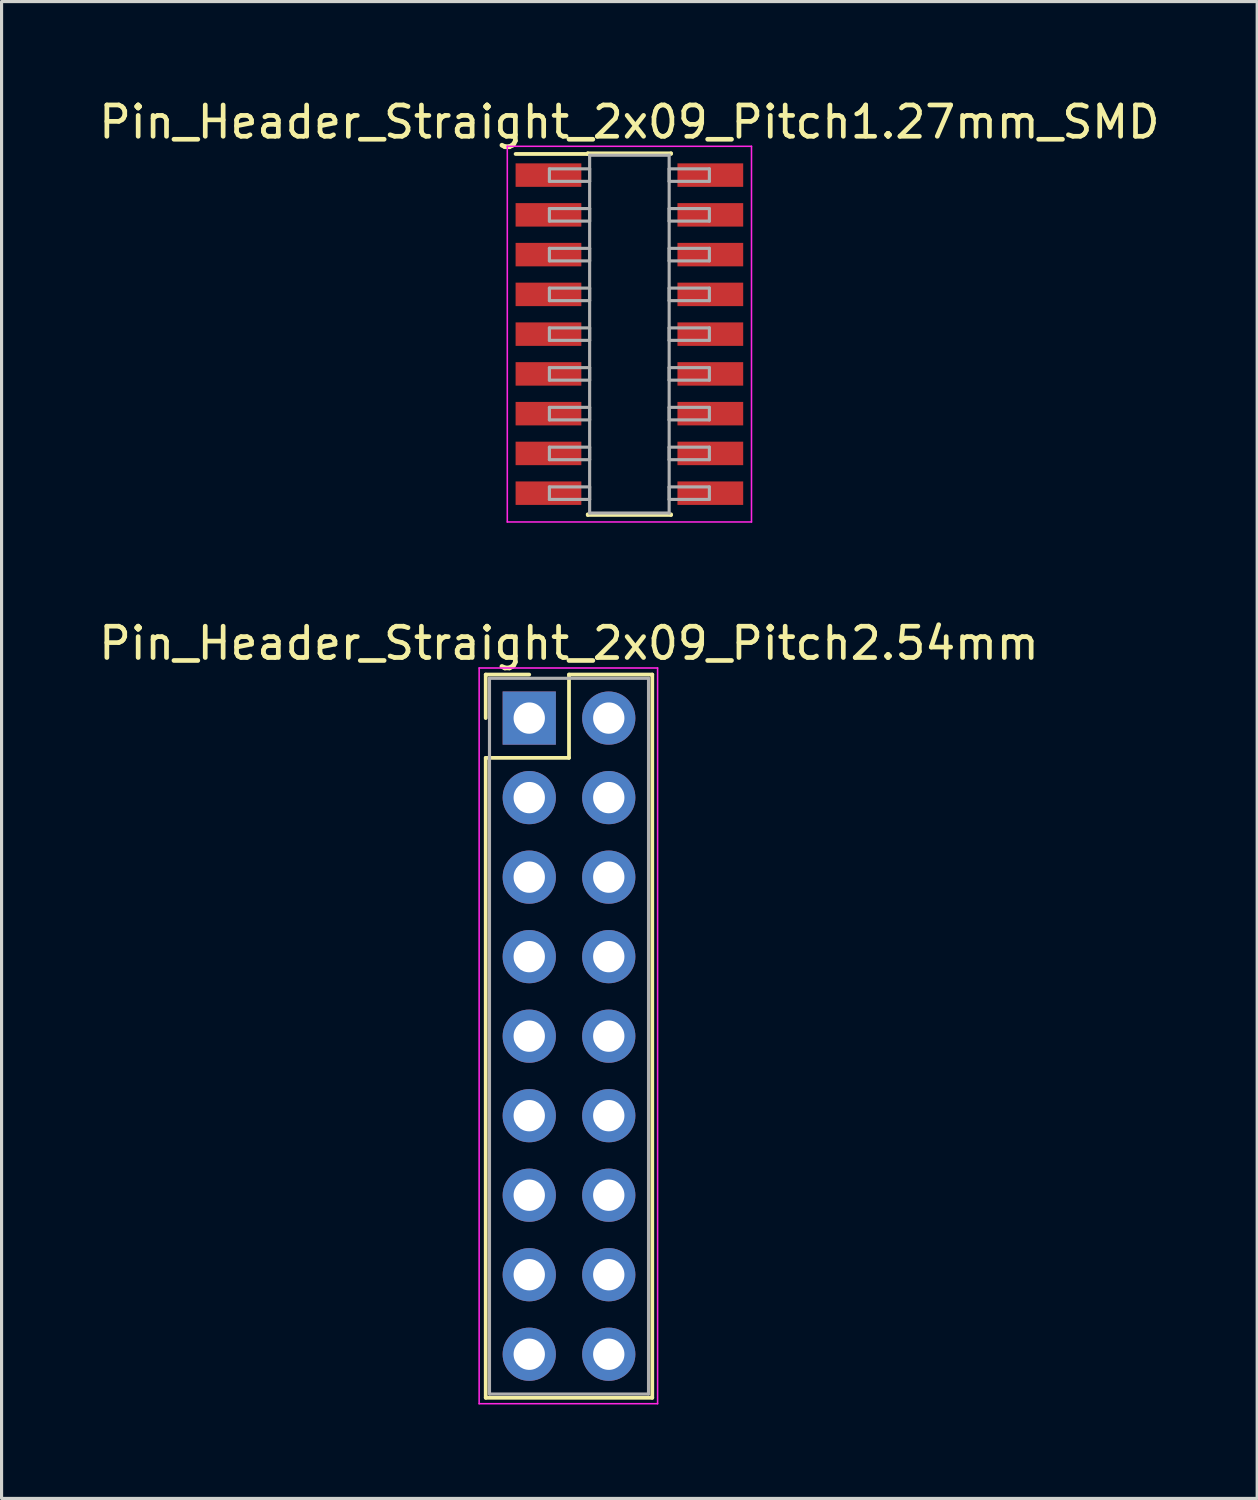
<source format=kicad_pcb>
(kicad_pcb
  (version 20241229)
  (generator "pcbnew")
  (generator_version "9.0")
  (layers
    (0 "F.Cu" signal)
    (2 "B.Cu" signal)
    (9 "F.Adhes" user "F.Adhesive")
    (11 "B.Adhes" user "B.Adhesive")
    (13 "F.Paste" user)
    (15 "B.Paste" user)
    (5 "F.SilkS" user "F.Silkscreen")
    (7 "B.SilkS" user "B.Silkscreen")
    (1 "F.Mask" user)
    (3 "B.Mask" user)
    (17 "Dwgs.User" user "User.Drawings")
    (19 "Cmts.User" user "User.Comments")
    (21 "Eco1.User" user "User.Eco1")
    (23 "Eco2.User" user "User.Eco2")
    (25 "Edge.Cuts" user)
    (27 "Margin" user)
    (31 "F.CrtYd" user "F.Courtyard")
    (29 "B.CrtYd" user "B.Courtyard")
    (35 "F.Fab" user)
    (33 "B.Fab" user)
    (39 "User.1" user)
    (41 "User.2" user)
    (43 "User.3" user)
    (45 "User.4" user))
  (footprint "Pin_Header_Straight_2x09_Pitch2.54mm"
    (layer "F.Cu")
    (at 13.855 19.887)
    (property "Reference" "Pin_Header_Straight_2x09_Pitch2.54mm" (at 1.27 -2.39 0) (layer "F.SilkS") (effects (font (size 1 1) (thickness 0.15))))
    (attr through_hole)
    (fp_line (start -1.39 -1.39) (end 0 -1.39) (stroke (width 0.12) (type solid)) (layer "F.SilkS"))
    (fp_line (start -1.39 0) (end -1.39 -1.39) (stroke (width 0.12) (type solid)) (layer "F.SilkS"))
    (fp_line (start -1.39 1.27) (end -1.39 21.71) (stroke (width 0.12) (type solid)) (layer "F.SilkS"))
    (fp_line (start -1.39 21.71) (end 3.93 21.71) (stroke (width 0.12) (type solid)) (layer "F.SilkS"))
    (fp_line (start 1.27 -1.39) (end 1.27 1.27) (stroke (width 0.12) (type solid)) (layer "F.SilkS"))
    (fp_line (start 1.27 1.27) (end -1.39 1.27) (stroke (width 0.12) (type solid)) (layer "F.SilkS"))
    (fp_line (start 3.93 -1.39) (end 1.27 -1.39) (stroke (width 0.12) (type solid)) (layer "F.SilkS"))
    (fp_line (start 3.93 21.71) (end 3.93 -1.39) (stroke (width 0.12) (type solid)) (layer "F.SilkS"))
    (fp_line (start -1.6 -1.6) (end -1.6 21.9) (stroke (width 0.05) (type solid)) (layer "F.CrtYd"))
    (fp_line (start -1.6 21.9) (end 4.1 21.9) (stroke (width 0.05) (type solid)) (layer "F.CrtYd"))
    (fp_line (start 4.1 -1.6) (end -1.6 -1.6) (stroke (width 0.05) (type solid)) (layer "F.CrtYd"))
    (fp_line (start 4.1 21.9) (end 4.1 -1.6) (stroke (width 0.05) (type solid)) (layer "F.CrtYd"))
    (fp_line (start -1.27 -1.27) (end -1.27 21.59) (stroke (width 0.1) (type solid)) (layer "F.Fab"))
    (fp_line (start -1.27 21.59) (end 3.81 21.59) (stroke (width 0.1) (type solid)) (layer "F.Fab"))
    (fp_line (start 3.81 -1.27) (end -1.27 -1.27) (stroke (width 0.1) (type solid)) (layer "F.Fab"))
    (fp_line (start 3.81 21.59) (end 3.81 -1.27) (stroke (width 0.1) (type solid)) (layer "F.Fab"))
    (pad "1" thru_hole rect (at 0 0) (size 1.7 1.7) (drill 1) (layers "*.Cu" "*.Mask"))
    (pad "2" thru_hole oval (at 2.54 0) (size 1.7 1.7) (drill 1) (layers "*.Cu" "*.Mask"))
    (pad "3" thru_hole oval (at 0 2.54) (size 1.7 1.7) (drill 1) (layers "*.Cu" "*.Mask"))
    (pad "4" thru_hole oval (at 2.54 2.54) (size 1.7 1.7) (drill 1) (layers "*.Cu" "*.Mask"))
    (pad "5" thru_hole oval (at 0 5.08) (size 1.7 1.7) (drill 1) (layers "*.Cu" "*.Mask"))
    (pad "6" thru_hole oval (at 2.54 5.08) (size 1.7 1.7) (drill 1) (layers "*.Cu" "*.Mask"))
    (pad "7" thru_hole oval (at 0 7.62) (size 1.7 1.7) (drill 1) (layers "*.Cu" "*.Mask"))
    (pad "8" thru_hole oval (at 2.54 7.62) (size 1.7 1.7) (drill 1) (layers "*.Cu" "*.Mask"))
    (pad "9" thru_hole oval (at 0 10.16) (size 1.7 1.7) (drill 1) (layers "*.Cu" "*.Mask"))
    (pad "10" thru_hole oval (at 2.54 10.16) (size 1.7 1.7) (drill 1) (layers "*.Cu" "*.Mask"))
    (pad "11" thru_hole oval (at 0 12.7) (size 1.7 1.7) (drill 1) (layers "*.Cu" "*.Mask"))
    (pad "12" thru_hole oval (at 2.54 12.7) (size 1.7 1.7) (drill 1) (layers "*.Cu" "*.Mask"))
    (pad "13" thru_hole oval (at 0 15.24) (size 1.7 1.7) (drill 1) (layers "*.Cu" "*.Mask"))
    (pad "14" thru_hole oval (at 2.54 15.24) (size 1.7 1.7) (drill 1) (layers "*.Cu" "*.Mask"))
    (pad "15" thru_hole oval (at 0 17.78) (size 1.7 1.7) (drill 1) (layers "*.Cu" "*.Mask"))
    (pad "16" thru_hole oval (at 2.54 17.78) (size 1.7 1.7) (drill 1) (layers "*.Cu" "*.Mask"))
    (pad "17" thru_hole oval (at 0 20.32) (size 1.7 1.7) (drill 1) (layers "*.Cu" "*.Mask"))
    (pad "18" thru_hole oval (at 2.54 20.32) (size 1.7 1.7) (drill 1) (layers "*.Cu" "*.Mask")))
  (footprint "Pin_Header_Straight_2x09_Pitch1.27mm_SMD"
    (layer "F.Cu")
    (at 17.054 7.623)
    (property "Reference" "Pin_Header_Straight_2x09_Pitch1.27mm_SMD" (at 0 -6.775 0) (layer "F.SilkS") (effects (font (size 1 1) (thickness 0.15))))
    (attr smd)
    (fp_line (start -3.635 -5.755) (end -1.33 -5.755) (stroke (width 0.12) (type solid)) (layer "F.SilkS"))
    (fp_line (start -1.33 -5.775) (end 1.33 -5.775) (stroke (width 0.12) (type solid)) (layer "F.SilkS"))
    (fp_line (start -1.33 -5.755) (end -1.33 -5.775) (stroke (width 0.12) (type solid)) (layer "F.SilkS"))
    (fp_line (start -1.33 5.755) (end -1.33 5.775) (stroke (width 0.12) (type solid)) (layer "F.SilkS"))
    (fp_line (start -1.33 5.775) (end 1.33 5.775) (stroke (width 0.12) (type solid)) (layer "F.SilkS"))
    (fp_line (start 1.33 -5.775) (end 1.33 -5.755) (stroke (width 0.12) (type solid)) (layer "F.SilkS"))
    (fp_line (start 1.33 5.775) (end 1.33 5.755) (stroke (width 0.12) (type solid)) (layer "F.SilkS"))
    (fp_line (start -3.9 -6) (end -3.9 6) (stroke (width 0.05) (type solid)) (layer "F.CrtYd"))
    (fp_line (start -3.9 6) (end 3.9 6) (stroke (width 0.05) (type solid)) (layer "F.CrtYd"))
    (fp_line (start 3.9 -6) (end -3.9 -6) (stroke (width 0.05) (type solid)) (layer "F.CrtYd"))
    (fp_line (start 3.9 6) (end 3.9 -6) (stroke (width 0.05) (type solid)) (layer "F.CrtYd"))
    (fp_line (start -2.555 -5.28) (end -1.27 -5.28) (stroke (width 0.1) (type solid)) (layer "F.Fab"))
    (fp_line (start -2.555 -4.88) (end -2.555 -5.28) (stroke (width 0.1) (type solid)) (layer "F.Fab"))
    (fp_line (start -2.555 -4.01) (end -1.27 -4.01) (stroke (width 0.1) (type solid)) (layer "F.Fab"))
    (fp_line (start -2.555 -3.61) (end -2.555 -4.01) (stroke (width 0.1) (type solid)) (layer "F.Fab"))
    (fp_line (start -2.555 -2.74) (end -1.27 -2.74) (stroke (width 0.1) (type solid)) (layer "F.Fab"))
    (fp_line (start -2.555 -2.34) (end -2.555 -2.74) (stroke (width 0.1) (type solid)) (layer "F.Fab"))
    (fp_line (start -2.555 -1.47) (end -1.27 -1.47) (stroke (width 0.1) (type solid)) (layer "F.Fab"))
    (fp_line (start -2.555 -1.07) (end -2.555 -1.47) (stroke (width 0.1) (type solid)) (layer "F.Fab"))
    (fp_line (start -2.555 -0.2) (end -1.27 -0.2) (stroke (width 0.1) (type solid)) (layer "F.Fab"))
    (fp_line (start -2.555 0.2) (end -2.555 -0.2) (stroke (width 0.1) (type solid)) (layer "F.Fab"))
    (fp_line (start -2.555 1.07) (end -1.27 1.07) (stroke (width 0.1) (type solid)) (layer "F.Fab"))
    (fp_line (start -2.555 1.47) (end -2.555 1.07) (stroke (width 0.1) (type solid)) (layer "F.Fab"))
    (fp_line (start -2.555 2.34) (end -1.27 2.34) (stroke (width 0.1) (type solid)) (layer "F.Fab"))
    (fp_line (start -2.555 2.74) (end -2.555 2.34) (stroke (width 0.1) (type solid)) (layer "F.Fab"))
    (fp_line (start -2.555 3.61) (end -1.27 3.61) (stroke (width 0.1) (type solid)) (layer "F.Fab"))
    (fp_line (start -2.555 4.01) (end -2.555 3.61) (stroke (width 0.1) (type solid)) (layer "F.Fab"))
    (fp_line (start -2.555 4.88) (end -1.27 4.88) (stroke (width 0.1) (type solid)) (layer "F.Fab"))
    (fp_line (start -2.555 5.28) (end -2.555 4.88) (stroke (width 0.1) (type solid)) (layer "F.Fab"))
    (fp_line (start -1.27 -5.715) (end -1.27 5.715) (stroke (width 0.1) (type solid)) (layer "F.Fab"))
    (fp_line (start -1.27 -5.28) (end -1.27 -4.88) (stroke (width 0.1) (type solid)) (layer "F.Fab"))
    (fp_line (start -1.27 -4.88) (end -2.555 -4.88) (stroke (width 0.1) (type solid)) (layer "F.Fab"))
    (fp_line (start -1.27 -4.01) (end -1.27 -3.61) (stroke (width 0.1) (type solid)) (layer "F.Fab"))
    (fp_line (start -1.27 -3.61) (end -2.555 -3.61) (stroke (width 0.1) (type solid)) (layer "F.Fab"))
    (fp_line (start -1.27 -2.74) (end -1.27 -2.34) (stroke (width 0.1) (type solid)) (layer "F.Fab"))
    (fp_line (start -1.27 -2.34) (end -2.555 -2.34) (stroke (width 0.1) (type solid)) (layer "F.Fab"))
    (fp_line (start -1.27 -1.47) (end -1.27 -1.07) (stroke (width 0.1) (type solid)) (layer "F.Fab"))
    (fp_line (start -1.27 -1.07) (end -2.555 -1.07) (stroke (width 0.1) (type solid)) (layer "F.Fab"))
    (fp_line (start -1.27 -0.2) (end -1.27 0.2) (stroke (width 0.1) (type solid)) (layer "F.Fab"))
    (fp_line (start -1.27 0.2) (end -2.555 0.2) (stroke (width 0.1) (type solid)) (layer "F.Fab"))
    (fp_line (start -1.27 1.07) (end -1.27 1.47) (stroke (width 0.1) (type solid)) (layer "F.Fab"))
    (fp_line (start -1.27 1.47) (end -2.555 1.47) (stroke (width 0.1) (type solid)) (layer "F.Fab"))
    (fp_line (start -1.27 2.34) (end -1.27 2.74) (stroke (width 0.1) (type solid)) (layer "F.Fab"))
    (fp_line (start -1.27 2.74) (end -2.555 2.74) (stroke (width 0.1) (type solid)) (layer "F.Fab"))
    (fp_line (start -1.27 3.61) (end -1.27 4.01) (stroke (width 0.1) (type solid)) (layer "F.Fab"))
    (fp_line (start -1.27 4.01) (end -2.555 4.01) (stroke (width 0.1) (type solid)) (layer "F.Fab"))
    (fp_line (start -1.27 4.88) (end -1.27 5.28) (stroke (width 0.1) (type solid)) (layer "F.Fab"))
    (fp_line (start -1.27 5.28) (end -2.555 5.28) (stroke (width 0.1) (type solid)) (layer "F.Fab"))
    (fp_line (start -1.27 5.715) (end 1.27 5.715) (stroke (width 0.1) (type solid)) (layer "F.Fab"))
    (fp_line (start 1.27 -5.715) (end -1.27 -5.715) (stroke (width 0.1) (type solid)) (layer "F.Fab"))
    (fp_line (start 1.27 -5.28) (end 1.27 -4.88) (stroke (width 0.1) (type solid)) (layer "F.Fab"))
    (fp_line (start 1.27 -4.88) (end 2.555 -4.88) (stroke (width 0.1) (type solid)) (layer "F.Fab"))
    (fp_line (start 1.27 -4.01) (end 1.27 -3.61) (stroke (width 0.1) (type solid)) (layer "F.Fab"))
    (fp_line (start 1.27 -3.61) (end 2.555 -3.61) (stroke (width 0.1) (type solid)) (layer "F.Fab"))
    (fp_line (start 1.27 -2.74) (end 1.27 -2.34) (stroke (width 0.1) (type solid)) (layer "F.Fab"))
    (fp_line (start 1.27 -2.34) (end 2.555 -2.34) (stroke (width 0.1) (type solid)) (layer "F.Fab"))
    (fp_line (start 1.27 -1.47) (end 1.27 -1.07) (stroke (width 0.1) (type solid)) (layer "F.Fab"))
    (fp_line (start 1.27 -1.07) (end 2.555 -1.07) (stroke (width 0.1) (type solid)) (layer "F.Fab"))
    (fp_line (start 1.27 -0.2) (end 1.27 0.2) (stroke (width 0.1) (type solid)) (layer "F.Fab"))
    (fp_line (start 1.27 0.2) (end 2.555 0.2) (stroke (width 0.1) (type solid)) (layer "F.Fab"))
    (fp_line (start 1.27 1.07) (end 1.27 1.47) (stroke (width 0.1) (type solid)) (layer "F.Fab"))
    (fp_line (start 1.27 1.47) (end 2.555 1.47) (stroke (width 0.1) (type solid)) (layer "F.Fab"))
    (fp_line (start 1.27 2.34) (end 1.27 2.74) (stroke (width 0.1) (type solid)) (layer "F.Fab"))
    (fp_line (start 1.27 2.74) (end 2.555 2.74) (stroke (width 0.1) (type solid)) (layer "F.Fab"))
    (fp_line (start 1.27 3.61) (end 1.27 4.01) (stroke (width 0.1) (type solid)) (layer "F.Fab"))
    (fp_line (start 1.27 4.01) (end 2.555 4.01) (stroke (width 0.1) (type solid)) (layer "F.Fab"))
    (fp_line (start 1.27 4.88) (end 1.27 5.28) (stroke (width 0.1) (type solid)) (layer "F.Fab"))
    (fp_line (start 1.27 5.28) (end 2.555 5.28) (stroke (width 0.1) (type solid)) (layer "F.Fab"))
    (fp_line (start 1.27 5.715) (end 1.27 -5.715) (stroke (width 0.1) (type solid)) (layer "F.Fab"))
    (fp_line (start 2.555 -5.28) (end 1.27 -5.28) (stroke (width 0.1) (type solid)) (layer "F.Fab"))
    (fp_line (start 2.555 -4.88) (end 2.555 -5.28) (stroke (width 0.1) (type solid)) (layer "F.Fab"))
    (fp_line (start 2.555 -4.01) (end 1.27 -4.01) (stroke (width 0.1) (type solid)) (layer "F.Fab"))
    (fp_line (start 2.555 -3.61) (end 2.555 -4.01) (stroke (width 0.1) (type solid)) (layer "F.Fab"))
    (fp_line (start 2.555 -2.74) (end 1.27 -2.74) (stroke (width 0.1) (type solid)) (layer "F.Fab"))
    (fp_line (start 2.555 -2.34) (end 2.555 -2.74) (stroke (width 0.1) (type solid)) (layer "F.Fab"))
    (fp_line (start 2.555 -1.47) (end 1.27 -1.47) (stroke (width 0.1) (type solid)) (layer "F.Fab"))
    (fp_line (start 2.555 -1.07) (end 2.555 -1.47) (stroke (width 0.1) (type solid)) (layer "F.Fab"))
    (fp_line (start 2.555 -0.2) (end 1.27 -0.2) (stroke (width 0.1) (type solid)) (layer "F.Fab"))
    (fp_line (start 2.555 0.2) (end 2.555 -0.2) (stroke (width 0.1) (type solid)) (layer "F.Fab"))
    (fp_line (start 2.555 1.07) (end 1.27 1.07) (stroke (width 0.1) (type solid)) (layer "F.Fab"))
    (fp_line (start 2.555 1.47) (end 2.555 1.07) (stroke (width 0.1) (type solid)) (layer "F.Fab"))
    (fp_line (start 2.555 2.34) (end 1.27 2.34) (stroke (width 0.1) (type solid)) (layer "F.Fab"))
    (fp_line (start 2.555 2.74) (end 2.555 2.34) (stroke (width 0.1) (type solid)) (layer "F.Fab"))
    (fp_line (start 2.555 3.61) (end 1.27 3.61) (stroke (width 0.1) (type solid)) (layer "F.Fab"))
    (fp_line (start 2.555 4.01) (end 2.555 3.61) (stroke (width 0.1) (type solid)) (layer "F.Fab"))
    (fp_line (start 2.555 4.88) (end 1.27 4.88) (stroke (width 0.1) (type solid)) (layer "F.Fab"))
    (fp_line (start 2.555 5.28) (end 2.555 4.88) (stroke (width 0.1) (type solid)) (layer "F.Fab"))
    (pad "1" smd rect (at -2.585 -5.08) (size 2.1 0.75) (layers "F.Cu" "F.Mask"))
    (pad "2" smd rect (at 2.585 -5.08) (size 2.1 0.75) (layers "F.Cu" "F.Mask"))
    (pad "3" smd rect (at -2.585 -3.81) (size 2.1 0.75) (layers "F.Cu" "F.Mask"))
    (pad "4" smd rect (at 2.585 -3.81) (size 2.1 0.75) (layers "F.Cu" "F.Mask"))
    (pad "5" smd rect (at -2.585 -2.54) (size 2.1 0.75) (layers "F.Cu" "F.Mask"))
    (pad "6" smd rect (at 2.585 -2.54) (size 2.1 0.75) (layers "F.Cu" "F.Mask"))
    (pad "7" smd rect (at -2.585 -1.27) (size 2.1 0.75) (layers "F.Cu" "F.Mask"))
    (pad "8" smd rect (at 2.585 -1.27) (size 2.1 0.75) (layers "F.Cu" "F.Mask"))
    (pad "9" smd rect (at -2.585 0) (size 2.1 0.75) (layers "F.Cu" "F.Mask"))
    (pad "10" smd rect (at 2.585 0) (size 2.1 0.75) (layers "F.Cu" "F.Mask"))
    (pad "11" smd rect (at -2.585 1.27) (size 2.1 0.75) (layers "F.Cu" "F.Mask"))
    (pad "12" smd rect (at 2.585 1.27) (size 2.1 0.75) (layers "F.Cu" "F.Mask"))
    (pad "13" smd rect (at -2.585 2.54) (size 2.1 0.75) (layers "F.Cu" "F.Mask"))
    (pad "14" smd rect (at 2.585 2.54) (size 2.1 0.75) (layers "F.Cu" "F.Mask"))
    (pad "15" smd rect (at -2.585 3.81) (size 2.1 0.75) (layers "F.Cu" "F.Mask"))
    (pad "16" smd rect (at 2.585 3.81) (size 2.1 0.75) (layers "F.Cu" "F.Mask"))
    (pad "17" smd rect (at -2.585 5.08) (size 2.1 0.75) (layers "F.Cu" "F.Mask"))
    (pad "18" smd rect (at 2.585 5.08) (size 2.1 0.75) (layers "F.Cu" "F.Mask")))
  (gr_rect
    (start -3 -3)
    (end 37.107 44.812)
    (stroke (width 0.1) (type default))
    (fill no)
    (layer "Edge.Cuts")))
</source>
